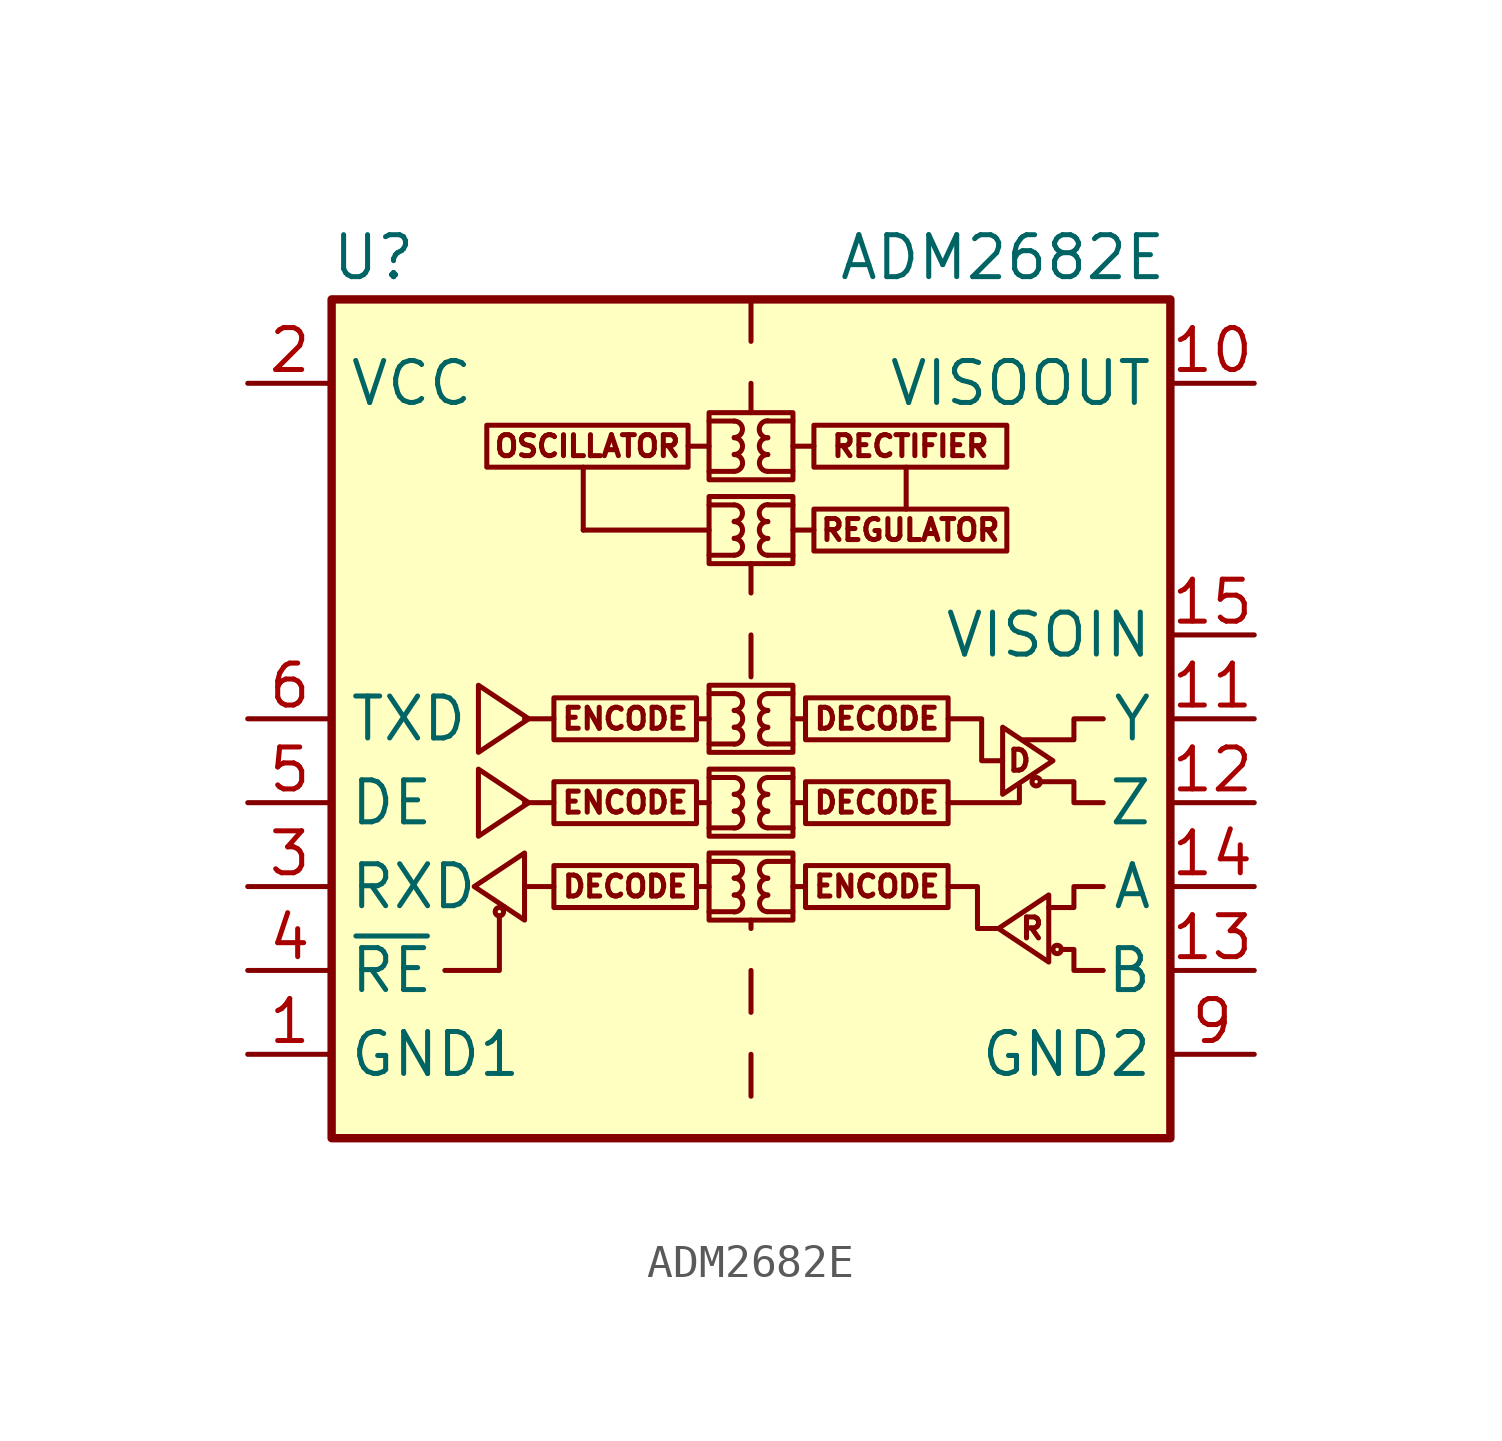
<source format=kicad_sym>
(kicad_symbol_lib
  (version 20200908)
  (generator kicad_symbol_editor)
  (symbol "Interface_UART:ADM2682E"
    (property "Reference" "U"
      (at -11.43 13.97 0)
      (effects (font (size 1.27 1.27))))
    (property "Value" "ADM2682E"
      (at 7.62 13.97 0)
      (effects (font (size 1.27 1.27))))
    (symbol "ADM2682E_1_0"
      (arc (start -0.508 -5.842) (end -0.508 -5.334) (radius (at -0.508 -5.588) (length 0.254) (angles -89.9 89.9)) (stroke (width 0)) (fill (type none)))
      (arc (start -0.508 -5.334) (end -0.508 -4.826) (radius (at -0.508 -5.08) (length 0.254) (angles -89.9 89.9)) (stroke (width 0)) (fill (type none)))
      (arc (start -0.508 -4.826) (end -0.508 -4.318) (radius (at -0.508 -4.572) (length 0.254) (angles -89.9 89.9)) (stroke (width 0)) (fill (type none)))
      (arc (start -0.508 -3.302) (end -0.508 -2.794) (radius (at -0.508 -3.048) (length 0.254) (angles -89.9 89.9)) (stroke (width 0)) (fill (type none)))
      (arc (start -0.508 -2.794) (end -0.508 -2.286) (radius (at -0.508 -2.54) (length 0.254) (angles -89.9 89.9)) (stroke (width 0)) (fill (type none)))
      (arc (start -0.508 -2.286) (end -0.508 -1.778) (radius (at -0.508 -2.032) (length 0.254) (angles -89.9 89.9)) (stroke (width 0)) (fill (type none)))
      (arc (start -0.508 -0.762) (end -0.508 -0.254) (radius (at -0.508 -0.508) (length 0.254) (angles -89.9 89.9)) (stroke (width 0)) (fill (type none)))
      (arc (start -0.508 -0.254) (end -0.508 0.254) (radius (at -0.508 0) (length 0.254) (angles -89.9 89.9)) (stroke (width 0)) (fill (type none)))
      (arc (start -0.508 0.254) (end -0.508 0.762) (radius (at -0.508 0.508) (length 0.254) (angles -89.9 89.9)) (stroke (width 0)) (fill (type none)))
      (arc (start -0.508 4.953) (end -0.508 5.461) (radius (at -0.508 5.207) (length 0.254) (angles -89.9 89.9)) (stroke (width 0)) (fill (type none)))
      (arc (start -0.508 5.461) (end -0.508 5.969) (radius (at -0.508 5.715) (length 0.254) (angles -89.9 89.9)) (stroke (width 0)) (fill (type none)))
      (arc (start -0.508 5.969) (end -0.508 6.477) (radius (at -0.508 6.223) (length 0.254) (angles -89.9 89.9)) (stroke (width 0)) (fill (type none)))
      (arc (start -0.508 7.493) (end -0.508 8.001) (radius (at -0.508 7.747) (length 0.254) (angles -89.9 89.9)) (stroke (width 0)) (fill (type none)))
      (arc (start -0.508 8.001) (end -0.508 8.509) (radius (at -0.508 8.255) (length 0.254) (angles -89.9 89.9)) (stroke (width 0)) (fill (type none)))
      (arc (start -0.508 8.509) (end -0.508 9.017) (radius (at -0.508 8.763) (length 0.254) (angles -89.9 89.9)) (stroke (width 0)) (fill (type none)))
      (arc (start 0.508 -5.334) (end 0.508 -5.842) (radius (at 0.508 -5.588) (length 0.254) (angles 90.1 -90.1)) (stroke (width 0)) (fill (type none)))
      (arc (start 0.508 -4.826) (end 0.508 -5.334) (radius (at 0.508 -5.08) (length 0.254) (angles 90.1 -90.1)) (stroke (width 0)) (fill (type none)))
      (arc (start 0.508 -4.318) (end 0.508 -4.826) (radius (at 0.508 -4.572) (length 0.254) (angles 90.1 -90.1)) (stroke (width 0)) (fill (type none)))
      (arc (start 0.508 -2.794) (end 0.508 -3.302) (radius (at 0.508 -3.048) (length 0.254) (angles 90.1 -90.1)) (stroke (width 0)) (fill (type none)))
      (arc (start 0.508 -2.286) (end 0.508 -2.794) (radius (at 0.508 -2.54) (length 0.254) (angles 90.1 -90.1)) (stroke (width 0)) (fill (type none)))
      (arc (start 0.508 -1.778) (end 0.508 -2.286) (radius (at 0.508 -2.032) (length 0.254) (angles 90.1 -90.1)) (stroke (width 0)) (fill (type none)))
      (arc (start 0.508 -0.254) (end 0.508 -0.762) (radius (at 0.508 -0.508) (length 0.254) (angles 90.1 -90.1)) (stroke (width 0)) (fill (type none)))
      (arc (start 0.508 0.254) (end 0.508 -0.254) (radius (at 0.508 0) (length 0.254) (angles 90.1 -90.1)) (stroke (width 0)) (fill (type none)))
      (arc (start 0.508 0.762) (end 0.508 0.254) (radius (at 0.508 0.508) (length 0.254) (angles 90.1 -90.1)) (stroke (width 0)) (fill (type none)))
      (arc (start 0.508 5.461) (end 0.508 4.953) (radius (at 0.508 5.207) (length 0.254) (angles 90.1 -90.1)) (stroke (width 0)) (fill (type none)))
      (arc (start 0.508 5.969) (end 0.508 5.461) (radius (at 0.508 5.715) (length 0.254) (angles 90.1 -90.1)) (stroke (width 0)) (fill (type none)))
      (arc (start 0.508 6.477) (end 0.508 5.969) (radius (at 0.508 6.223) (length 0.254) (angles 90.1 -90.1)) (stroke (width 0)) (fill (type none)))
      (arc (start 0.508 8.001) (end 0.508 7.493) (radius (at 0.508 7.747) (length 0.254) (angles 90.1 -90.1)) (stroke (width 0)) (fill (type none)))
      (arc (start 0.508 8.509) (end 0.508 8.001) (radius (at 0.508 8.255) (length 0.254) (angles 90.1 -90.1)) (stroke (width 0)) (fill (type none)))
      (arc (start 0.508 9.017) (end 0.508 8.509) (radius (at 0.508 8.763) (length 0.254) (angles 90.1 -90.1)) (stroke (width 0)) (fill (type none)))
      (text "DECODE" (at -3.81 -5.08 0) (effects (font (size 0.635 0.635))))
      (text "DECODE" (at 3.81 -2.54 0) (effects (font (size 0.635 0.635))))
      (text "DECODE" (at 3.81 0 0) (effects (font (size 0.635 0.635))))
      (text "ENCODE" (at -3.81 -2.54 0) (effects (font (size 0.635 0.635))))
      (text "ENCODE" (at -3.81 0 0) (effects (font (size 0.635 0.635))))
      (text "ENCODE" (at 3.81 -5.08 0) (effects (font (size 0.635 0.635))))
      (text "OSCILLATOR" (at -4.953 8.255 0) (effects (font (size 0.635 0.635))))
      (text "RECTIFIER" (at 4.826 8.255 0) (effects (font (size 0.635 0.635))))
      (text "REGULATOR" (at 4.826 5.715 0) (effects (font (size 0.635 0.635))))
      (rectangle (start -1.27 -4.064) (end 1.27 -6.096) (stroke (width 0)) (fill (type none)))
      (rectangle (start -1.27 -1.524) (end 1.27 -3.556) (stroke (width 0)) (fill (type none)))
      (rectangle (start -1.27 1.016) (end 1.27 -1.016) (stroke (width 0)) (fill (type none)))
      (rectangle (start -1.27 6.731) (end 1.27 4.699) (stroke (width 0)) (fill (type none)))
      (rectangle (start -1.27 9.271) (end 1.27 7.239) (stroke (width 0)) (fill (type none)))
      (rectangle (start 1.651 -4.445) (end 5.969 -5.715) (stroke (width 0)) (fill (type none)))
      (rectangle (start 1.651 -1.905) (end 5.969 -3.175) (stroke (width 0)) (fill (type none)))
      (rectangle (start 1.651 0.635) (end 5.969 -0.635) (stroke (width 0)) (fill (type none)))
      (rectangle (start 1.905 6.35) (end 7.747 5.08) (stroke (width 0)) (fill (type none)))
      (rectangle (start 1.905 8.89) (end 7.747 7.62) (stroke (width 0)) (fill (type none)))
      (polyline (pts (xy -5.969 -5.08) (xy -6.858 -5.08)) (stroke (width 0)) (fill (type none)))
      (polyline (pts (xy -5.969 -2.54) (xy -6.858 -2.54)) (stroke (width 0)) (fill (type none)))
      (polyline (pts (xy -5.969 0) (xy -6.858 0)) (stroke (width 0)) (fill (type none)))
      (polyline (pts (xy -5.08 5.715) (xy -5.08 7.62)) (stroke (width 0)) (fill (type none)))
      (polyline (pts (xy -5.08 5.715) (xy -1.27 5.715)) (stroke (width 0)) (fill (type none)))
      (polyline (pts (xy -1.905 8.255) (xy -1.27 8.255)) (stroke (width 0)) (fill (type none)))
      (polyline (pts (xy -1.651 -5.08) (xy -1.27 -5.08)) (stroke (width 0)) (fill (type none)))
      (polyline (pts (xy -1.651 -2.54) (xy -1.27 -2.54)) (stroke (width 0)) (fill (type none)))
      (polyline (pts (xy -1.651 0) (xy -1.27 0)) (stroke (width 0)) (fill (type none)))
      (polyline (pts (xy -1.27 -5.842) (xy -0.508 -5.842)) (stroke (width 0)) (fill (type none)))
      (polyline (pts (xy -1.27 -4.318) (xy -0.508 -4.318)) (stroke (width 0)) (fill (type none)))
      (polyline (pts (xy -1.27 -3.302) (xy -0.508 -3.302)) (stroke (width 0)) (fill (type none)))
      (polyline (pts (xy -1.27 -1.778) (xy -0.508 -1.778)) (stroke (width 0)) (fill (type none)))
      (polyline (pts (xy -1.27 -0.762) (xy -0.508 -0.762)) (stroke (width 0)) (fill (type none)))
      (polyline (pts (xy -1.27 0.762) (xy -0.508 0.762)) (stroke (width 0)) (fill (type none)))
      (polyline (pts (xy -1.27 4.953) (xy -0.508 4.953)) (stroke (width 0)) (fill (type none)))
      (polyline (pts (xy -1.27 6.477) (xy -0.508 6.477)) (stroke (width 0)) (fill (type none)))
      (polyline (pts (xy -1.27 7.493) (xy -0.508 7.493)) (stroke (width 0)) (fill (type none)))
      (polyline (pts (xy -1.27 9.017) (xy -0.508 9.017)) (stroke (width 0)) (fill (type none)))
      (polyline (pts (xy 0 -11.43) (xy 0 -10.16)) (stroke (width 0)) (fill (type none)))
      (polyline (pts (xy 0 -8.89) (xy 0 -7.62)) (stroke (width 0)) (fill (type none)))
      (polyline (pts (xy 0 -6.35) (xy 0 -6.096)) (stroke (width 0)) (fill (type none)))
      (polyline (pts (xy 0 1.27) (xy 0 2.54)) (stroke (width 0)) (fill (type none)))
      (polyline (pts (xy 0 3.81) (xy 0 4.699)) (stroke (width 0)) (fill (type none)))
      (polyline (pts (xy 0 9.271) (xy 0 10.16)) (stroke (width 0)) (fill (type none)))
      (polyline (pts (xy 0 12.7) (xy 0 11.43)) (stroke (width 0)) (fill (type none)))
      (polyline (pts (xy 1.27 -5.842) (xy 0.508 -5.842)) (stroke (width 0)) (fill (type none)))
      (polyline (pts (xy 1.27 -4.318) (xy 0.508 -4.318)) (stroke (width 0)) (fill (type none)))
      (polyline (pts (xy 1.27 -3.302) (xy 0.508 -3.302)) (stroke (width 0)) (fill (type none)))
      (polyline (pts (xy 1.27 -1.778) (xy 0.508 -1.778)) (stroke (width 0)) (fill (type none)))
      (polyline (pts (xy 1.27 -0.762) (xy 0.508 -0.762)) (stroke (width 0)) (fill (type none)))
      (polyline (pts (xy 1.27 0.762) (xy 0.508 0.762)) (stroke (width 0)) (fill (type none)))
      (polyline (pts (xy 1.27 4.953) (xy 0.508 4.953)) (stroke (width 0)) (fill (type none)))
      (polyline (pts (xy 1.27 6.477) (xy 0.508 6.477)) (stroke (width 0)) (fill (type none)))
      (polyline (pts (xy 1.27 7.493) (xy 0.508 7.493)) (stroke (width 0)) (fill (type none)))
      (polyline (pts (xy 1.27 9.017) (xy 0.508 9.017)) (stroke (width 0)) (fill (type none)))
      (polyline (pts (xy 1.651 -5.08) (xy 1.27 -5.08)) (stroke (width 0)) (fill (type none)))
      (polyline (pts (xy 1.651 -2.54) (xy 1.27 -2.54)) (stroke (width 0)) (fill (type none)))
      (polyline (pts (xy 1.651 0) (xy 1.27 0)) (stroke (width 0)) (fill (type none)))
      (polyline (pts (xy 1.905 5.715) (xy 1.27 5.715)) (stroke (width 0)) (fill (type none)))
      (polyline (pts (xy 1.905 8.255) (xy 1.27 8.255)) (stroke (width 0)) (fill (type none)))
      (polyline (pts (xy 4.699 6.35) (xy 4.699 7.62)) (stroke (width 0)) (fill (type none))))
    (symbol "ADM2682E_0_1"
      (circle (center -7.62 -5.842) (radius 0.127) (stroke (width 0)) (fill (type none)))
      (polyline (pts (xy -9.271 -7.62) (xy -7.62 -7.62) (xy -7.62 -5.969)) (stroke (width 0)) (fill (type none)))
      (polyline (pts (xy 5.969 -2.54) (xy 8.128 -2.54) (xy 8.128 -2.032)) (stroke (width 0)) (fill (type none)))
      (polyline (pts (xy 7.493 -6.35) (xy 6.858 -6.35) (xy 6.858 -5.08) (xy 5.969 -5.08)) (stroke (width 0)) (fill (type none)))
      (polyline (pts (xy 7.62 -1.27) (xy 6.985 -1.27) (xy 6.985 0) (xy 5.969 0)) (stroke (width 0)) (fill (type none)))
      (polyline (pts (xy 9.017 -5.715) (xy 9.779 -5.715) (xy 9.779 -5.08) (xy 10.668 -5.08)) (stroke (width 0)) (fill (type none)))
      (polyline (pts (xy 9.398 -6.985) (xy 9.779 -6.985) (xy 9.779 -7.62) (xy 10.668 -7.62)) (stroke (width 0)) (fill (type none)))
      (polyline (pts (xy 10.668 -2.54) (xy 9.779 -2.54) (xy 9.779 -1.905) (xy 8.763 -1.905)) (stroke (width 0)) (fill (type none)))
      (polyline (pts (xy 10.668 0) (xy 9.779 0) (xy 9.779 -0.635) (xy 8.255 -0.635)) (stroke (width 0)) (fill (type none))))
    (symbol "ADM2682E_1_1"
      (circle (center 8.636 -1.905) (radius 0.127) (stroke (width 0)) (fill (type none)))
      (circle (center 9.271 -6.985) (radius 0.127) (stroke (width 0)) (fill (type none)))
      (rectangle (start -12.7 12.7) (end 12.7 -12.7) (stroke (width 0.254)) (fill (type background)))
      (rectangle (start -1.905 8.89) (end -8.001 7.62) (stroke (width 0)) (fill (type none)))
      (rectangle (start -1.651 -4.445) (end -5.969 -5.715) (stroke (width 0)) (fill (type none)))
      (rectangle (start -1.651 -1.905) (end -5.969 -3.175) (stroke (width 0)) (fill (type none)))
      (rectangle (start -1.651 0.635) (end -5.969 -0.635) (stroke (width 0)) (fill (type none)))
      (polyline (pts (xy -8.382 -5.08) (xy -6.858 -4.064) (xy -6.858 -6.096) (xy -8.382 -5.08)) (stroke (width 0)) (fill (type none)))
      (polyline (pts (xy -6.731 -2.54) (xy -8.255 -1.524) (xy -8.255 -3.556) (xy -6.731 -2.54)) (stroke (width 0)) (fill (type none)))
      (polyline (pts (xy -6.731 0) (xy -8.255 1.016) (xy -8.255 -1.016) (xy -6.731 0)) (stroke (width 0)) (fill (type none)))
      (polyline (pts (xy 7.493 -6.35) (xy 9.017 -5.334) (xy 9.017 -7.366) (xy 7.493 -6.35)) (stroke (width 0)) (fill (type none)))
      (polyline (pts (xy 9.144 -1.27) (xy 7.62 -0.254) (xy 7.62 -2.286) (xy 9.144 -1.27)) (stroke (width 0)) (fill (type none)))
      (pin power_in line (at -15.24 -10.16 0) (length 2.54) (name "GND1" (effects (font (size 1.27 1.27)))) (number "1" (effects (font (size 1.27 1.27)))))
      (pin power_in line (at 15.24 10.16 180) (length 2.54) (name "VISOOUT" (effects (font (size 1.27 1.27)))) (number "10" (effects (font (size 1.27 1.27)))))
      (pin output line (at 15.24 0 180) (length 2.54) (name "Y" (effects (font (size 1.27 1.27)))) (number "11" (effects (font (size 1.27 1.27)))))
      (pin output line (at 15.24 -2.54 180) (length 2.54) (name "Z" (effects (font (size 1.27 1.27)))) (number "12" (effects (font (size 1.27 1.27)))))
      (pin input line (at 15.24 -7.62 180) (length 2.54) (name "B" (effects (font (size 1.27 1.27)))) (number "13" (effects (font (size 1.27 1.27)))))
      (pin input line (at 15.24 -5.08 180) (length 2.54) (name "A" (effects (font (size 1.27 1.27)))) (number "14" (effects (font (size 1.27 1.27)))))
      (pin power_in line (at 15.24 2.54 180) (length 2.54) (name "VISOIN" (effects (font (size 1.27 1.27)))) (number "15" (effects (font (size 1.27 1.27)))))
      (pin passive line (at 15.24 -10.16 180) (length 2.54) hide (name "GND2" (effects (font (size 1.27 1.27)))) (number "16" (effects (font (size 1.27 1.27)))))
      (pin power_in line (at -15.24 10.16 0) (length 2.54) (name "VCC" (effects (font (size 1.27 1.27)))) (number "2" (effects (font (size 1.27 1.27)))))
      (pin output line (at -15.24 -5.08 0) (length 2.54) (name "RXD" (effects (font (size 1.27 1.27)))) (number "3" (effects (font (size 1.27 1.27)))))
      (pin input line (at -15.24 -7.62 0) (length 2.54) (name "~RE" (effects (font (size 1.27 1.27)))) (number "4" (effects (font (size 1.27 1.27)))))
      (pin input line (at -15.24 -2.54 0) (length 2.54) (name "DE" (effects (font (size 1.27 1.27)))) (number "5" (effects (font (size 1.27 1.27)))))
      (pin input line (at -15.24 0 0) (length 2.54) (name "TXD" (effects (font (size 1.27 1.27)))) (number "6" (effects (font (size 1.27 1.27)))))
      (pin passive line (at -15.24 10.16 0) (length 2.54) hide (name "VCC" (effects (font (size 1.27 1.27)))) (number "7" (effects (font (size 1.27 1.27)))))
      (pin passive line (at -15.24 -10.16 0) (length 2.54) hide (name "GND1" (effects (font (size 1.27 1.27)))) (number "8" (effects (font (size 1.27 1.27)))))
      (pin power_in line (at 15.24 -10.16 180) (length 2.54) (name "GND2" (effects (font (size 1.27 1.27)))) (number "9" (effects (font (size 1.27 1.27))))))
    (symbol "ADM2682E_0_0"
      (text "D" (at 8.128 -1.27 0) (effects (font (size 0.635 0.635))))
      (text "R" (at 8.509 -6.35 0) (effects (font (size 0.635 0.635)))))))
</source>
